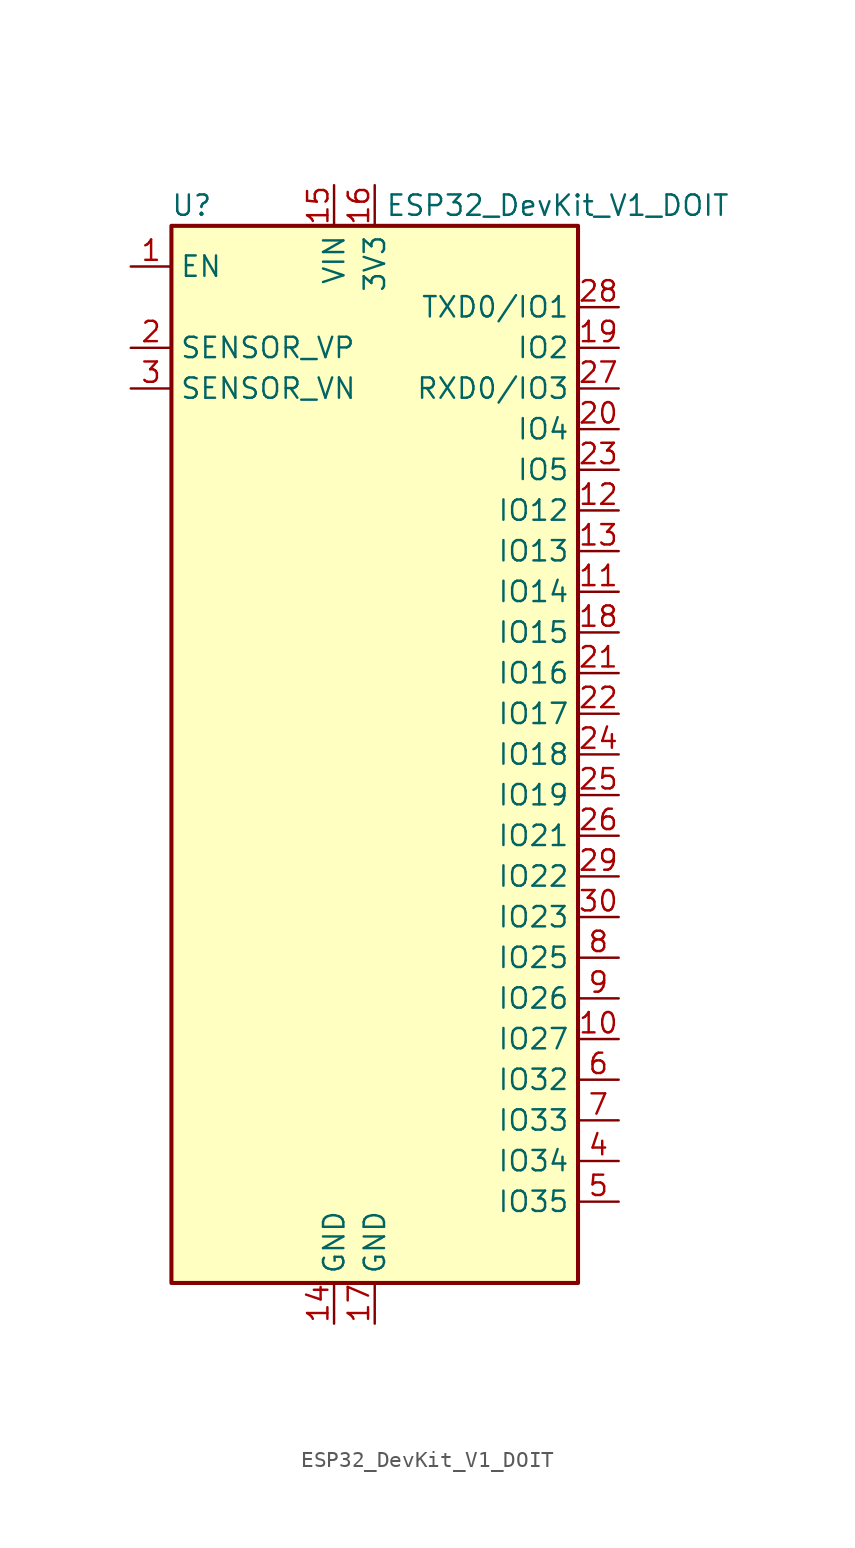
<source format=kicad_sym>
(kicad_symbol_lib
  (version 20231120)
  (generator "kicad_symbol_editor")
  (generator_version "8.0")
  (symbol "ESP32_DevKit_V1_DOIT"
    (property "Reference" "U"
      (at -11.43 34.29 0)
      (effects (font (size 1.27 1.27))))
    (property "Value" "ESP32_DevKit_V1_DOIT"
      (at 11.43 34.29 0)
      (effects (font (size 1.27 1.27))))
    (symbol "ESP32_DevKit_V1_DOIT_1_1"
      (rectangle (start -12.7 33.02) (end 12.7 -33.02) (stroke (width 0.254) (type solid)) (fill (type background)))
      (pin input line (at -15.24 30.48 0) (length 2.54) (name "EN" (effects (font (size 1.27 1.27)))) (number "1" (effects (font (size 1.27 1.27)))))
      (pin bidirectional line (at 15.24 -17.78 180) (length 2.54) (name "IO27" (effects (font (size 1.27 1.27)))) (number "10" (effects (font (size 1.27 1.27)))))
      (pin bidirectional line (at 15.24 10.16 180) (length 2.54) (name "IO14" (effects (font (size 1.27 1.27)))) (number "11" (effects (font (size 1.27 1.27)))))
      (pin bidirectional line (at 15.24 15.24 180) (length 2.54) (name "IO12" (effects (font (size 1.27 1.27)))) (number "12" (effects (font (size 1.27 1.27)))))
      (pin bidirectional line (at 15.24 12.7 180) (length 2.54) (name "IO13" (effects (font (size 1.27 1.27)))) (number "13" (effects (font (size 1.27 1.27)))))
      (pin power_in line (at -2.54 -35.56 90) (length 2.54) (name "GND" (effects (font (size 1.27 1.27)))) (number "14" (effects (font (size 1.27 1.27)))))
      (pin power_in line (at -2.54 35.56 270) (length 2.54) (name "VIN" (effects (font (size 1.27 1.27)))) (number "15" (effects (font (size 1.27 1.27)))))
      (pin power_in line (at 0 35.56 270) (length 2.54) (name "3V3" (effects (font (size 1.27 1.27)))) (number "16" (effects (font (size 1.27 1.27)))))
      (pin power_in line (at 0 -35.56 90) (length 2.54) (name "GND" (effects (font (size 1.27 1.27)))) (number "17" (effects (font (size 1.27 1.27)))))
      (pin bidirectional line (at 15.24 7.62 180) (length 2.54) (name "IO15" (effects (font (size 1.27 1.27)))) (number "18" (effects (font (size 1.27 1.27)))))
      (pin bidirectional line (at 15.24 25.4 180) (length 2.54) (name "IO2" (effects (font (size 1.27 1.27)))) (number "19" (effects (font (size 1.27 1.27)))))
      (pin input line (at -15.24 25.4 0) (length 2.54) (name "SENSOR_VP" (effects (font (size 1.27 1.27)))) (number "2" (effects (font (size 1.27 1.27)))))
      (pin bidirectional line (at 15.24 20.32 180) (length 2.54) (name "IO4" (effects (font (size 1.27 1.27)))) (number "20" (effects (font (size 1.27 1.27)))))
      (pin bidirectional line (at 15.24 5.08 180) (length 2.54) (name "IO16" (effects (font (size 1.27 1.27)))) (number "21" (effects (font (size 1.27 1.27)))))
      (pin bidirectional line (at 15.24 2.54 180) (length 2.54) (name "IO17" (effects (font (size 1.27 1.27)))) (number "22" (effects (font (size 1.27 1.27)))))
      (pin bidirectional line (at 15.24 17.78 180) (length 2.54) (name "IO5" (effects (font (size 1.27 1.27)))) (number "23" (effects (font (size 1.27 1.27)))))
      (pin bidirectional line (at 15.24 0 180) (length 2.54) (name "IO18" (effects (font (size 1.27 1.27)))) (number "24" (effects (font (size 1.27 1.27)))))
      (pin bidirectional line (at 15.24 -2.54 180) (length 2.54) (name "IO19" (effects (font (size 1.27 1.27)))) (number "25" (effects (font (size 1.27 1.27)))))
      (pin bidirectional line (at 15.24 -5.08 180) (length 2.54) (name "IO21" (effects (font (size 1.27 1.27)))) (number "26" (effects (font (size 1.27 1.27)))))
      (pin bidirectional line (at 15.24 22.86 180) (length 2.54) (name "RXD0/IO3" (effects (font (size 1.27 1.27)))) (number "27" (effects (font (size 1.27 1.27)))))
      (pin bidirectional line (at 15.24 27.94 180) (length 2.54) (name "TXD0/IO1" (effects (font (size 1.27 1.27)))) (number "28" (effects (font (size 1.27 1.27)))))
      (pin bidirectional line (at 15.24 -7.62 180) (length 2.54) (name "IO22" (effects (font (size 1.27 1.27)))) (number "29" (effects (font (size 1.27 1.27)))))
      (pin input line (at -15.24 22.86 0) (length 2.54) (name "SENSOR_VN" (effects (font (size 1.27 1.27)))) (number "3" (effects (font (size 1.27 1.27)))))
      (pin bidirectional line (at 15.24 -10.16 180) (length 2.54) (name "IO23" (effects (font (size 1.27 1.27)))) (number "30" (effects (font (size 1.27 1.27)))))
      (pin input line (at 15.24 -25.4 180) (length 2.54) (name "IO34" (effects (font (size 1.27 1.27)))) (number "4" (effects (font (size 1.27 1.27)))))
      (pin input line (at 15.24 -27.94 180) (length 2.54) (name "IO35" (effects (font (size 1.27 1.27)))) (number "5" (effects (font (size 1.27 1.27)))))
      (pin bidirectional line (at 15.24 -20.32 180) (length 2.54) (name "IO32" (effects (font (size 1.27 1.27)))) (number "6" (effects (font (size 1.27 1.27)))))
      (pin bidirectional line (at 15.24 -22.86 180) (length 2.54) (name "IO33" (effects (font (size 1.27 1.27)))) (number "7" (effects (font (size 1.27 1.27)))))
      (pin bidirectional line (at 15.24 -12.7 180) (length 2.54) (name "IO25" (effects (font (size 1.27 1.27)))) (number "8" (effects (font (size 1.27 1.27)))))
      (pin bidirectional line (at 15.24 -15.24 180) (length 2.54) (name "IO26" (effects (font (size 1.27 1.27)))) (number "9" (effects (font (size 1.27 1.27))))))))
</source>
